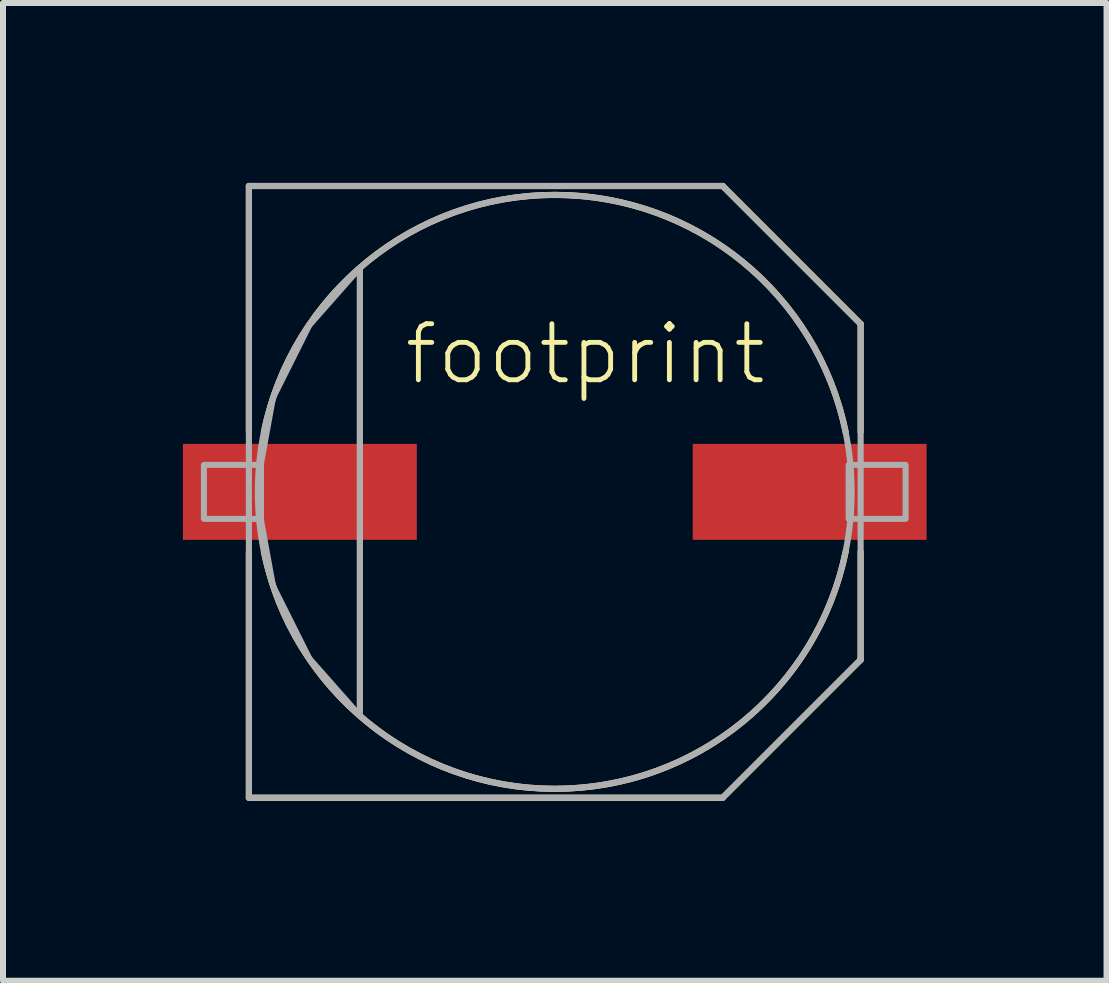
<source format=kicad_pcb>
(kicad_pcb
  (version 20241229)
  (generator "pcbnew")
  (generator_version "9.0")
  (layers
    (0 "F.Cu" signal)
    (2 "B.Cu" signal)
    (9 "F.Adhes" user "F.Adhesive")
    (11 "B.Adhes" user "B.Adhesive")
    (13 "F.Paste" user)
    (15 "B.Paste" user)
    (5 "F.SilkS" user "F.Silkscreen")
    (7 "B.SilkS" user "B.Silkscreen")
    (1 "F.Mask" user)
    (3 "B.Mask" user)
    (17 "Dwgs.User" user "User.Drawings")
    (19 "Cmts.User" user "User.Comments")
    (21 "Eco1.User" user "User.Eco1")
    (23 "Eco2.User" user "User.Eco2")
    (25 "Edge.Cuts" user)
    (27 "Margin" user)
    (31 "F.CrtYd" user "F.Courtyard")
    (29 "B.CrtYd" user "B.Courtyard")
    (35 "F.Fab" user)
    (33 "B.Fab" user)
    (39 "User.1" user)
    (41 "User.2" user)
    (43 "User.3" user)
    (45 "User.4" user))
  (footprint "footprint"
    (layer "F.Cu")
    (at 6.2 5.151)
    (property "Reference" "footprint" (at -2.55 -1.75 0) (layer "F.SilkS") (effects (font (size 0.935 0.935) (thickness 0.081)) (justify left bottom)))
    (fp_line (start -5.1 -5.1) (end 2.8 -5.1) (stroke (width 0.102) (type solid)) (layer "F.SilkS"))
    (fp_line (start -5.1 -1) (end -5.1 -5.1) (stroke (width 0.102) (type solid)) (layer "F.SilkS"))
    (fp_line (start -5.1 5.1) (end -5.1 1) (stroke (width 0.102) (type solid)) (layer "F.SilkS"))
    (fp_line (start 2.8 -5.1) (end 5.1 -2.8) (stroke (width 0.102) (type solid)) (layer "F.SilkS"))
    (fp_line (start 2.8 5.1) (end -5.1 5.1) (stroke (width 0.102) (type solid)) (layer "F.SilkS"))
    (fp_line (start 5.1 -2.8) (end 5.1 -1) (stroke (width 0.102) (type solid)) (layer "F.SilkS"))
    (fp_line (start 5.1 1) (end 5.1 2.8) (stroke (width 0.102) (type solid)) (layer "F.SilkS"))
    (fp_line (start 5.1 2.8) (end 2.8 5.1) (stroke (width 0.102) (type solid)) (layer "F.SilkS"))
    (fp_arc (start -4.85 -1) (mid 0 -4.95202) (end 4.85 -1) (stroke (width 0.1016) (type solid)) (layer "F.SilkS"))
    (fp_arc (start 4.85 1) (mid 0 4.95202) (end -4.85 1) (stroke (width 0.1016) (type solid)) (layer "F.SilkS"))
    (fp_line (start -5.1 -5.1) (end 2.8 -5.1) (stroke (width 0.102) (type solid)) (layer "F.Fab"))
    (fp_line (start -5.1 5.1) (end -5.1 -5.1) (stroke (width 0.102) (type solid)) (layer "F.Fab"))
    (fp_line (start -3.25 -3.7) (end -3.25 3.65) (stroke (width 0.102) (type solid)) (layer "F.Fab"))
    (fp_line (start 2.8 -5.1) (end 5.1 -2.8) (stroke (width 0.102) (type solid)) (layer "F.Fab"))
    (fp_line (start 2.8 5.1) (end -5.1 5.1) (stroke (width 0.102) (type solid)) (layer "F.Fab"))
    (fp_line (start 5.1 -2.8) (end 5.1 2.8) (stroke (width 0.102) (type solid)) (layer "F.Fab"))
    (fp_line (start 5.1 2.8) (end 2.8 5.1) (stroke (width 0.102) (type solid)) (layer "F.Fab"))
    (fp_circle (center 0 0) (end 4.95 0) (stroke (width 0.102) (type solid)) (fill no) (layer "F.Fab"))
    (fp_poly (pts (xy -5.85 0.45) (xy -4.9 0.45) (xy -4.9 -0.45) (xy -5.85 -0.45)) (stroke (width 0.1) (type solid)) (fill no) (layer "F.Fab"))
    (fp_poly (pts (xy 4.9 0.45) (xy 5.85 0.45) (xy 5.85 -0.45) (xy 4.9 -0.45)) (stroke (width 0.1) (type solid)) (fill no) (layer "F.Fab"))
    (fp_poly (pts (xy -3.249 3.734) (xy -4.092 2.779) (xy -4.699 1.566) (xy -4.901 0.455) (xy -4.901 -0.455) (xy -4.699 -1.566) (xy -4.092 -2.779) (xy -3.249 -3.734)) (stroke (width 0.1) (type solid)) (fill no) (layer "F.Fab"))
    (pad "+" smd rect (at 4.25 0) (size 3.9 1.6) (layers "F.Cu" "F.Mask" "F.Paste"))
    (pad "-" smd rect (at -4.25 0) (size 3.9 1.6) (layers "F.Cu" "F.Mask" "F.Paste")))
  (gr_rect
    (start -3 -3)
    (end 15.4 13.302)
    (stroke (width 0.1) (type default))
    (fill no)
    (layer "Edge.Cuts")))
</source>
